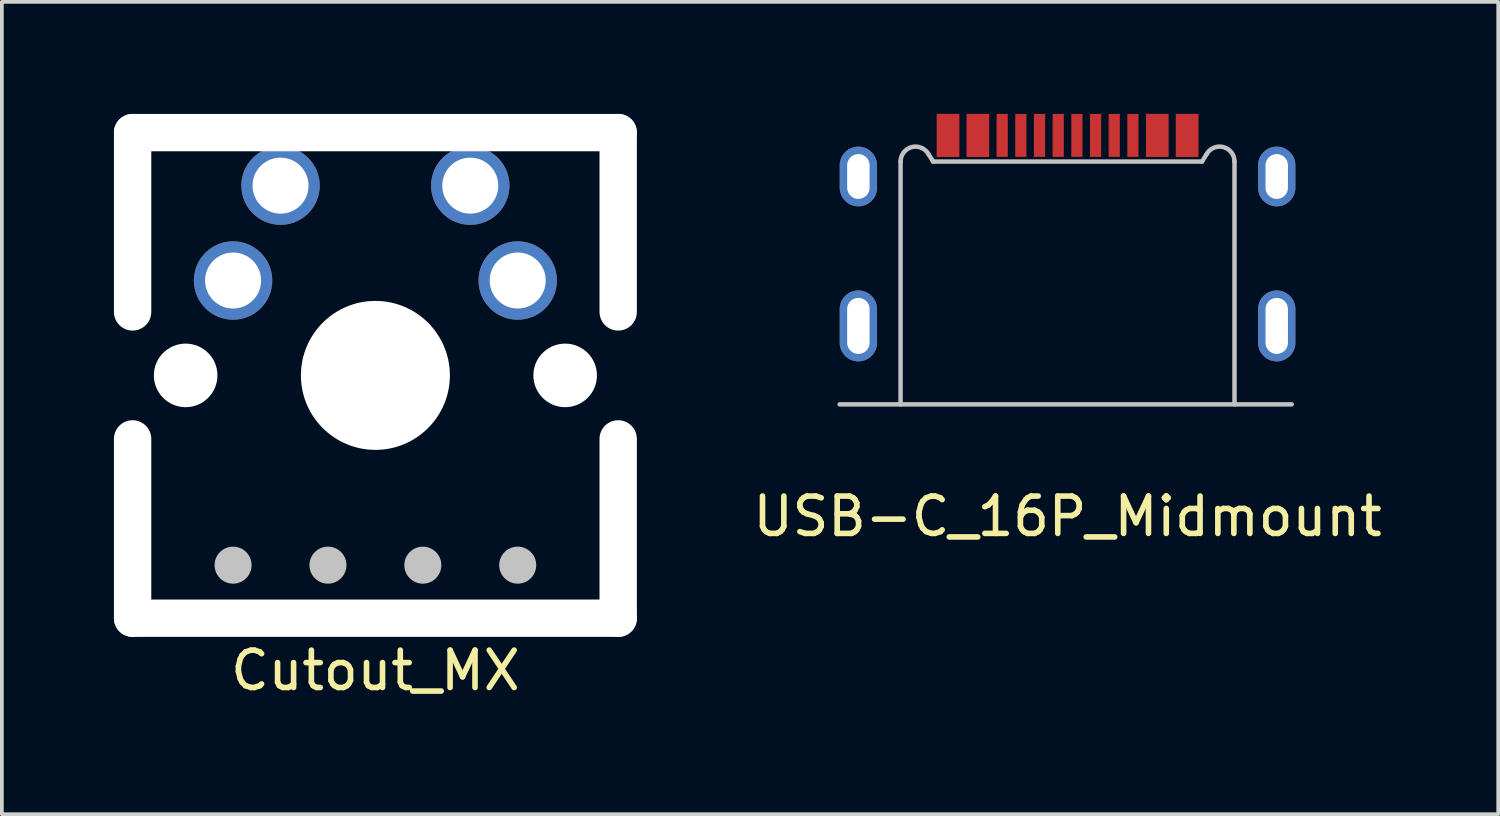
<source format=kicad_pcb>
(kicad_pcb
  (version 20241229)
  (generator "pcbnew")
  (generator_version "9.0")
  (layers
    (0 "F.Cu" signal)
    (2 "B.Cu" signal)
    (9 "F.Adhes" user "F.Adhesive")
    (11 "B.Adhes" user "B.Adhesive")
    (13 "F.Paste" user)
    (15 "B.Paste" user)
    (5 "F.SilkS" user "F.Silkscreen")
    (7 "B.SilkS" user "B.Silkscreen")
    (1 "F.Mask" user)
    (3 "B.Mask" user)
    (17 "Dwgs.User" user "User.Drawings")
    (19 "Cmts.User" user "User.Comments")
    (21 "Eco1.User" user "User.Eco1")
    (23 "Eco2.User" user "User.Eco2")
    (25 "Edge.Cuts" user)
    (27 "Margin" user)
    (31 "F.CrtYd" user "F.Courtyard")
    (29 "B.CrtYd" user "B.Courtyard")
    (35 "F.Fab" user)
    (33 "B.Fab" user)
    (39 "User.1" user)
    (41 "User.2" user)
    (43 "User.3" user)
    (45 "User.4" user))
  (footprint "USB-C_16P_Midmount"
    (layer "F.Cu")
    (at 25.53 7.775)
    (property "Reference" "USB-C_16P_Midmount" (at 0 3 0) (layer "F.SilkS") (effects (font (size 1 1) (thickness 0.15))))
    (attr through_hole)
    (fp_line (start -6.1 0) (end 6 0) (stroke (width 0.12) (type solid)) (layer "Dwgs.User"))
    (fp_line (start -4.47 0) (end -4.47 -6.5) (stroke (width 0.12) (type solid)) (layer "Dwgs.User"))
    (fp_line (start -3.718 -6.69) (end -3.6 -6.5) (stroke (width 0.12) (type solid)) (layer "Dwgs.User"))
    (fp_line (start -3.6 -6.5) (end 3.6 -6.5) (stroke (width 0.12) (type solid)) (layer "Dwgs.User"))
    (fp_line (start 3.6 -6.5) (end 3.718 -6.69) (stroke (width 0.12) (type solid)) (layer "Dwgs.User"))
    (fp_line (start 4.47 0) (end 4.47 -6.5) (stroke (width 0.12) (type solid)) (layer "Dwgs.User"))
    (fp_arc (start -4.47 -6.5) (mid -4.168099 -6.887784) (end -3.718117 -6.690207) (stroke (width 0.12) (type solid)) (layer "Dwgs.User"))
    (fp_arc (start 3.718117 -6.690207) (mid 4.168099 -6.887785) (end 4.47 -6.5) (stroke (width 0.12) (type solid)) (layer "Dwgs.User"))
    (pad "A1" smd rect (at -3.2 -7.2) (size 0.6 1.15) (layers "F.Cu" "F.Mask" "F.Paste"))
    (pad "A4" smd rect (at -2.4 -7.2) (size 0.6 1.15) (layers "F.Cu" "F.Mask" "F.Paste"))
    (pad "A5" smd rect (at -1.25 -7.2) (size 0.3 1.15) (layers "F.Cu" "F.Mask" "F.Paste"))
    (pad "A6" smd rect (at -0.25 -7.2) (size 0.3 1.15) (layers "F.Cu" "F.Mask" "F.Paste"))
    (pad "A7" smd rect (at 0.25 -7.2) (size 0.3 1.15) (layers "F.Cu" "F.Mask" "F.Paste"))
    (pad "A8" smd rect (at 1.25 -7.2) (size 0.3 1.15) (layers "F.Cu" "F.Mask" "F.Paste"))
    (pad "A9" smd rect (at 2.4 -7.2) (size 0.6 1.15) (layers "F.Cu" "F.Mask" "F.Paste"))
    (pad "A12" smd rect (at 3.2 -7.2) (size 0.6 1.15) (layers "F.Cu" "F.Mask" "F.Paste"))
    (pad "B1" smd rect (at 3.2 -7.2) (size 0.6 1.15) (layers "F.Cu" "F.Mask" "F.Paste"))
    (pad "B4" smd rect (at 2.4 -7.2) (size 0.6 1.15) (layers "F.Cu" "F.Mask" "F.Paste"))
    (pad "B5" smd rect (at 1.75 -7.2) (size 0.3 1.15) (layers "F.Cu" "F.Mask" "F.Paste"))
    (pad "B6" smd rect (at 0.75 -7.2) (size 0.3 1.15) (layers "F.Cu" "F.Mask" "F.Paste"))
    (pad "B7" smd rect (at -0.75 -7.2) (size 0.3 1.15) (layers "F.Cu" "F.Mask" "F.Paste"))
    (pad "B8" smd rect (at -1.75 -7.2) (size 0.3 1.15) (layers "F.Cu" "F.Mask" "F.Paste"))
    (pad "B9" smd rect (at -2.4 -7.2) (size 0.6 1.15) (layers "F.Cu" "F.Mask" "F.Paste"))
    (pad "B12" smd rect (at -3.2 -7.2) (size 0.6 1.15) (layers "F.Cu" "F.Mask" "F.Paste"))
    (pad "S1" thru_hole oval (at -5.6 -6.1) (size 1 1.6) (drill oval 0.6 1.2) (layers "*.Cu" "*.Mask"))
    (pad "S1" thru_hole oval (at -5.6 -2.1 180) (size 1 1.9) (drill oval 0.6 1.5) (layers "*.Cu" "*.Mask"))
    (pad "S1" thru_hole oval (at 5.6 -6.1) (size 1 1.6) (drill oval 0.6 1.2) (layers "*.Cu" "*.Mask"))
    (pad "S1" thru_hole oval (at 5.6 -2.1) (size 1 1.9) (drill oval 0.6 1.5) (layers "*.Cu" "*.Mask")))
  (footprint "Cutout_MX"
    (layer "F.Cu")
    (at 7 7)
    (property "Reference" "Cutout_MX" (at 0 7.9 0) (layer "F.SilkS") (effects (font (size 1 1) (thickness 0.15))))
    (attr through_hole)
    (fp_line (start -3.81 5.08) (end -3.81 5.08) (stroke (width 0.991) (type solid)) (layer "Dwgs.User"))
    (fp_line (start -1.27 5.08) (end -1.27 5.08) (stroke (width 0.991) (type solid)) (layer "Dwgs.User"))
    (fp_line (start 1.27 5.08) (end 1.27 5.08) (stroke (width 0.991) (type solid)) (layer "Dwgs.User"))
    (fp_line (start 3.81 5.08) (end 3.81 5.08) (stroke (width 0.991) (type solid)) (layer "Dwgs.User"))
    (pad "" np_thru_hole oval (at -6.5 -4.1 90) (size 5.8 1) (drill oval 5.8 1) (layers "*.Cu" "*.Mask"))
    (pad "" np_thru_hole oval (at -6.5 4.1 90) (size 5.8 1) (drill oval 5.8 1) (layers "*.Cu" "*.Mask"))
    (pad "" np_thru_hole circle (at -5.08 0 90) (size 1.702 1.702) (drill 1.702) (layers "*.Cu" "*.Mask"))
    (pad "" np_thru_hole oval (at 0 -6.5 180) (size 14 1) (drill oval 14 1) (layers "*.Cu" "*.Mask"))
    (pad "" np_thru_hole circle (at 0 0 90) (size 3.988 3.988) (drill 3.988) (layers "*.Cu" "*.Mask"))
    (pad "" np_thru_hole oval (at 0 6.5 180) (size 14 1) (drill oval 14 1) (layers "*.Cu" "*.Mask"))
    (pad "" np_thru_hole circle (at 5.08 0 90) (size 1.702 1.702) (drill 1.702) (layers "*.Cu" "*.Mask"))
    (pad "" np_thru_hole oval (at 6.5 -4.1 90) (size 5.8 1) (drill oval 5.8 1) (layers "*.Cu" "*.Mask"))
    (pad "" np_thru_hole oval (at 6.5 4.1 90) (size 5.8 1) (drill oval 5.8 1) (layers "*.Cu" "*.Mask"))
    (pad "1" thru_hole circle (at -3.81 -2.54) (size 2.099 2.099) (drill 1.499) (layers "*.Cu" "*.Mask"))
    (pad "1" thru_hole circle (at 3.81 -2.54) (size 2.099 2.099) (drill 1.499) (layers "*.Cu" "*.Mask"))
    (pad "2" thru_hole circle (at -2.54 -5.08) (size 2.099 2.099) (drill 1.499) (layers "*.Cu" "*.Mask"))
    (pad "2" thru_hole circle (at 2.54 -5.08) (size 2.099 2.099) (drill 1.499) (layers "*.Cu" "*.Mask")))
  (gr_rect
    (start -3 -3)
    (end 37.06 18.748)
    (stroke (width 0.1) (type default))
    (fill no)
    (layer "Edge.Cuts")))
</source>
